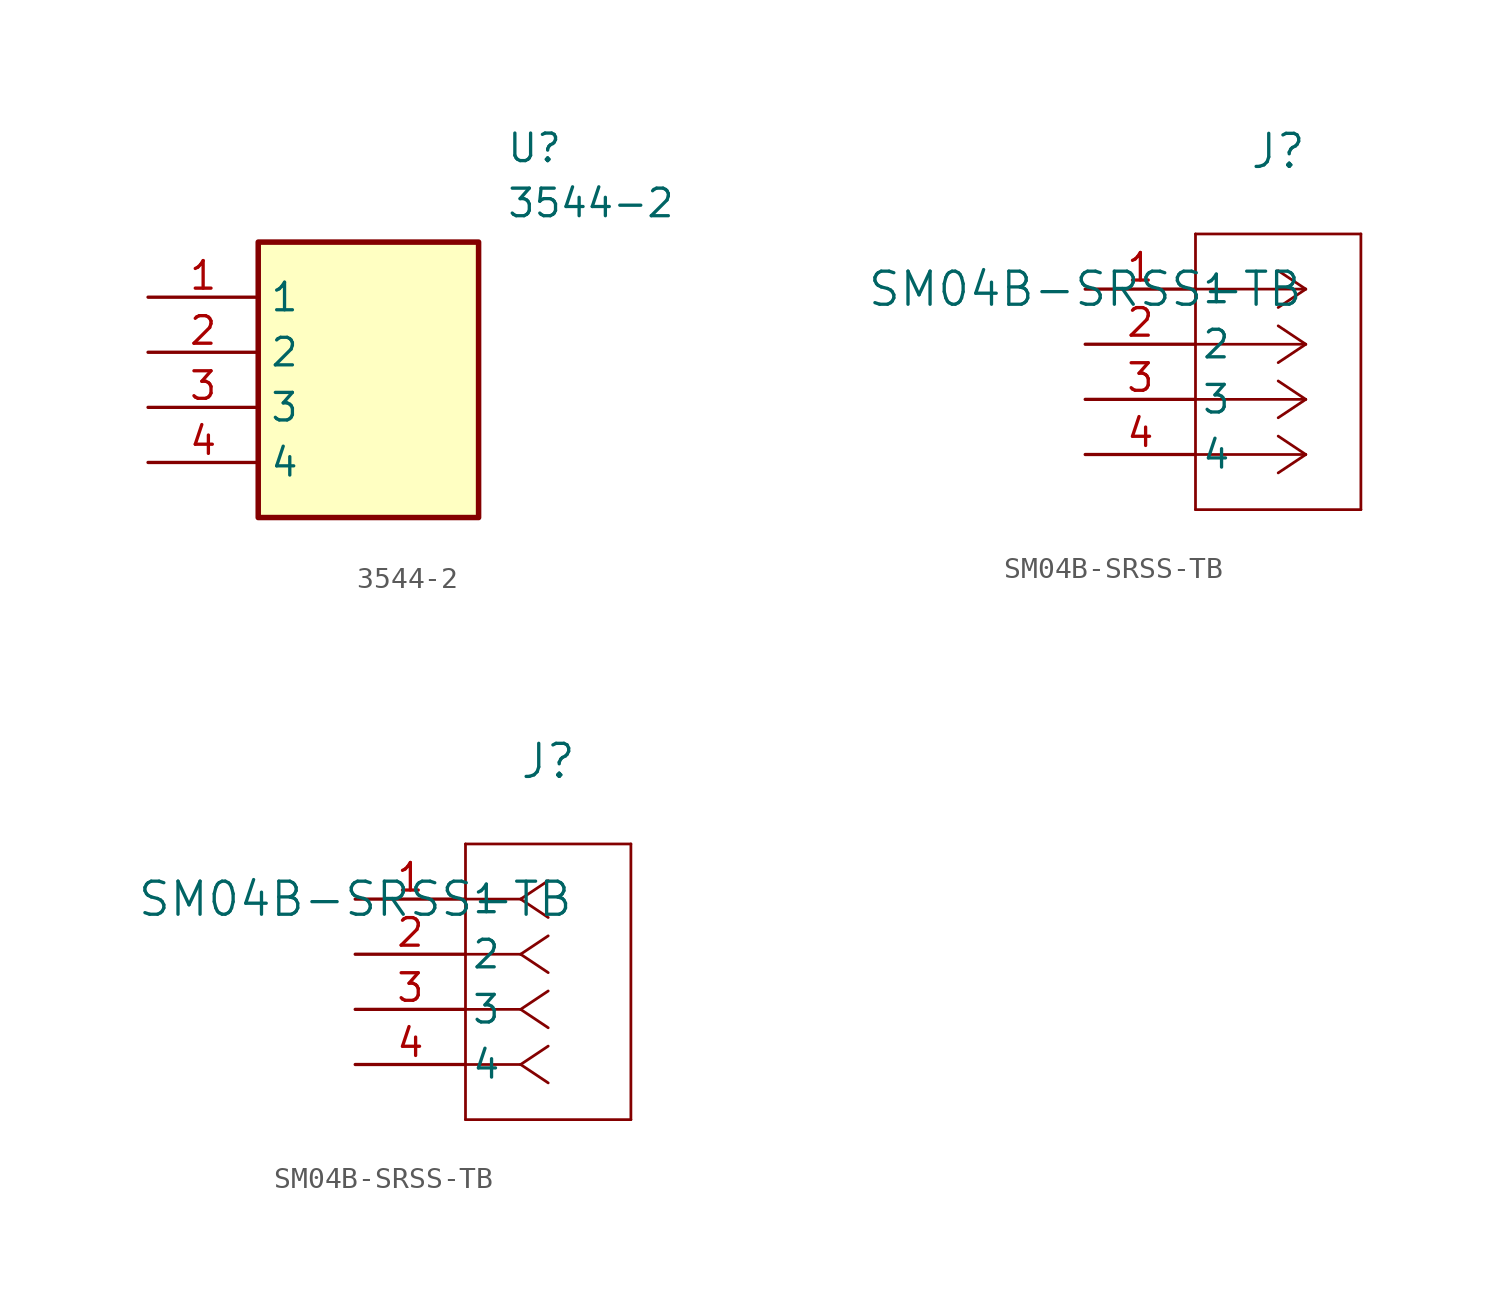
<source format=kicad_sym>
(kicad_symbol_lib
  (version 20241209)
  (generator "kicad_symbol_editor")
  (generator_version "9.0")
  (symbol "3544-2"
    (property "Reference" "U"
      (at 16.51 7.62 0)
      (effects (font (size 1.27 1.27)) (justify left top)))
    (property "Value" "3544-2"
      (at 16.51 5.08 0)
      (effects (font (size 1.27 1.27)) (justify left top)))
    (symbol "3544-2_1_1"
      (rectangle (start 5.08 2.54) (end 15.24 -10.16) (stroke (width 0.254) (type default)) (fill (type background)))
      (pin passive line (at 0 0 0) (length 5.08) (name "1" (effects (font (size 1.27 1.27)))) (number "1" (effects (font (size 1.27 1.27)))))
      (pin passive line (at 0 -2.54 0) (length 5.08) (name "2" (effects (font (size 1.27 1.27)))) (number "2" (effects (font (size 1.27 1.27)))))
      (pin passive line (at 0 -5.08 0) (length 5.08) (name "3" (effects (font (size 1.27 1.27)))) (number "3" (effects (font (size 1.27 1.27)))))
      (pin passive line (at 0 -7.62 0) (length 5.08) (name "4" (effects (font (size 1.27 1.27)))) (number "4" (effects (font (size 1.27 1.27)))))))
  (symbol "SM04B-SRSS-TB"
    (pin_names
      (offset 0.254))
    (property "Reference" "J"
      (at 8.89 6.35 0)
      (effects (font (size 1.524 1.524))))
    (property "Value" "SM04B-SRSS-TB"
      (at 0 0 0)
      (effects (font (size 1.524 1.524))))
    (property "ki_locked" ""
      (at 0 0 0)
      (effects (font (size 1.27 1.27))))
    (symbol "SM04B-SRSS-TB_1_1"
      (polyline (pts (xy 5.08 2.54) (xy 5.08 -10.16)) (stroke (width 0.127) (type default)) (fill (type none)))
      (polyline (pts (xy 5.08 -10.16) (xy 12.7 -10.16)) (stroke (width 0.127) (type default)) (fill (type none)))
      (polyline (pts (xy 10.16 0) (xy 5.08 0)) (stroke (width 0.127) (type default)) (fill (type none)))
      (polyline (pts (xy 10.16 0) (xy 8.89 0.847)) (stroke (width 0.127) (type default)) (fill (type none)))
      (polyline (pts (xy 10.16 0) (xy 8.89 -0.847)) (stroke (width 0.127) (type default)) (fill (type none)))
      (polyline (pts (xy 10.16 -2.54) (xy 5.08 -2.54)) (stroke (width 0.127) (type default)) (fill (type none)))
      (polyline (pts (xy 10.16 -2.54) (xy 8.89 -1.693)) (stroke (width 0.127) (type default)) (fill (type none)))
      (polyline (pts (xy 10.16 -2.54) (xy 8.89 -3.387)) (stroke (width 0.127) (type default)) (fill (type none)))
      (polyline (pts (xy 10.16 -5.08) (xy 5.08 -5.08)) (stroke (width 0.127) (type default)) (fill (type none)))
      (polyline (pts (xy 10.16 -5.08) (xy 8.89 -4.233)) (stroke (width 0.127) (type default)) (fill (type none)))
      (polyline (pts (xy 10.16 -5.08) (xy 8.89 -5.927)) (stroke (width 0.127) (type default)) (fill (type none)))
      (polyline (pts (xy 10.16 -7.62) (xy 5.08 -7.62)) (stroke (width 0.127) (type default)) (fill (type none)))
      (polyline (pts (xy 10.16 -7.62) (xy 8.89 -6.773)) (stroke (width 0.127) (type default)) (fill (type none)))
      (polyline (pts (xy 10.16 -7.62) (xy 8.89 -8.467)) (stroke (width 0.127) (type default)) (fill (type none)))
      (polyline (pts (xy 12.7 2.54) (xy 5.08 2.54)) (stroke (width 0.127) (type default)) (fill (type none)))
      (polyline (pts (xy 12.7 -10.16) (xy 12.7 2.54)) (stroke (width 0.127) (type default)) (fill (type none)))
      (pin unspecified line (at 0 0 0) (length 5.08) (name "1" (effects (font (size 1.27 1.27)))) (number "1" (effects (font (size 1.27 1.27)))))
      (pin unspecified line (at 0 -2.54 0) (length 5.08) (name "2" (effects (font (size 1.27 1.27)))) (number "2" (effects (font (size 1.27 1.27)))))
      (pin unspecified line (at 0 -5.08 0) (length 5.08) (name "3" (effects (font (size 1.27 1.27)))) (number "3" (effects (font (size 1.27 1.27)))))
      (pin unspecified line (at 0 -7.62 0) (length 5.08) (name "4" (effects (font (size 1.27 1.27)))) (number "4" (effects (font (size 1.27 1.27))))))
    (symbol "SM04B-SRSS-TB_1_2"
      (polyline (pts (xy 5.08 2.54) (xy 5.08 -10.16)) (stroke (width 0.127) (type default)) (fill (type none)))
      (polyline (pts (xy 5.08 -10.16) (xy 12.7 -10.16)) (stroke (width 0.127) (type default)) (fill (type none)))
      (polyline (pts (xy 7.62 0) (xy 5.08 0)) (stroke (width 0.127) (type default)) (fill (type none)))
      (polyline (pts (xy 7.62 0) (xy 8.89 0.847)) (stroke (width 0.127) (type default)) (fill (type none)))
      (polyline (pts (xy 7.62 0) (xy 8.89 -0.847)) (stroke (width 0.127) (type default)) (fill (type none)))
      (polyline (pts (xy 7.62 -2.54) (xy 5.08 -2.54)) (stroke (width 0.127) (type default)) (fill (type none)))
      (polyline (pts (xy 7.62 -2.54) (xy 8.89 -1.693)) (stroke (width 0.127) (type default)) (fill (type none)))
      (polyline (pts (xy 7.62 -2.54) (xy 8.89 -3.387)) (stroke (width 0.127) (type default)) (fill (type none)))
      (polyline (pts (xy 7.62 -5.08) (xy 5.08 -5.08)) (stroke (width 0.127) (type default)) (fill (type none)))
      (polyline (pts (xy 7.62 -5.08) (xy 8.89 -4.233)) (stroke (width 0.127) (type default)) (fill (type none)))
      (polyline (pts (xy 7.62 -5.08) (xy 8.89 -5.927)) (stroke (width 0.127) (type default)) (fill (type none)))
      (polyline (pts (xy 7.62 -7.62) (xy 5.08 -7.62)) (stroke (width 0.127) (type default)) (fill (type none)))
      (polyline (pts (xy 7.62 -7.62) (xy 8.89 -6.773)) (stroke (width 0.127) (type default)) (fill (type none)))
      (polyline (pts (xy 7.62 -7.62) (xy 8.89 -8.467)) (stroke (width 0.127) (type default)) (fill (type none)))
      (polyline (pts (xy 12.7 2.54) (xy 5.08 2.54)) (stroke (width 0.127) (type default)) (fill (type none)))
      (polyline (pts (xy 12.7 -10.16) (xy 12.7 2.54)) (stroke (width 0.127) (type default)) (fill (type none)))
      (pin unspecified line (at 0 0 0) (length 5.08) (name "1" (effects (font (size 1.27 1.27)))) (number "1" (effects (font (size 1.27 1.27)))))
      (pin unspecified line (at 0 -2.54 0) (length 5.08) (name "2" (effects (font (size 1.27 1.27)))) (number "2" (effects (font (size 1.27 1.27)))))
      (pin unspecified line (at 0 -5.08 0) (length 5.08) (name "3" (effects (font (size 1.27 1.27)))) (number "3" (effects (font (size 1.27 1.27)))))
      (pin unspecified line (at 0 -7.62 0) (length 5.08) (name "4" (effects (font (size 1.27 1.27)))) (number "4" (effects (font (size 1.27 1.27))))))))
</source>
